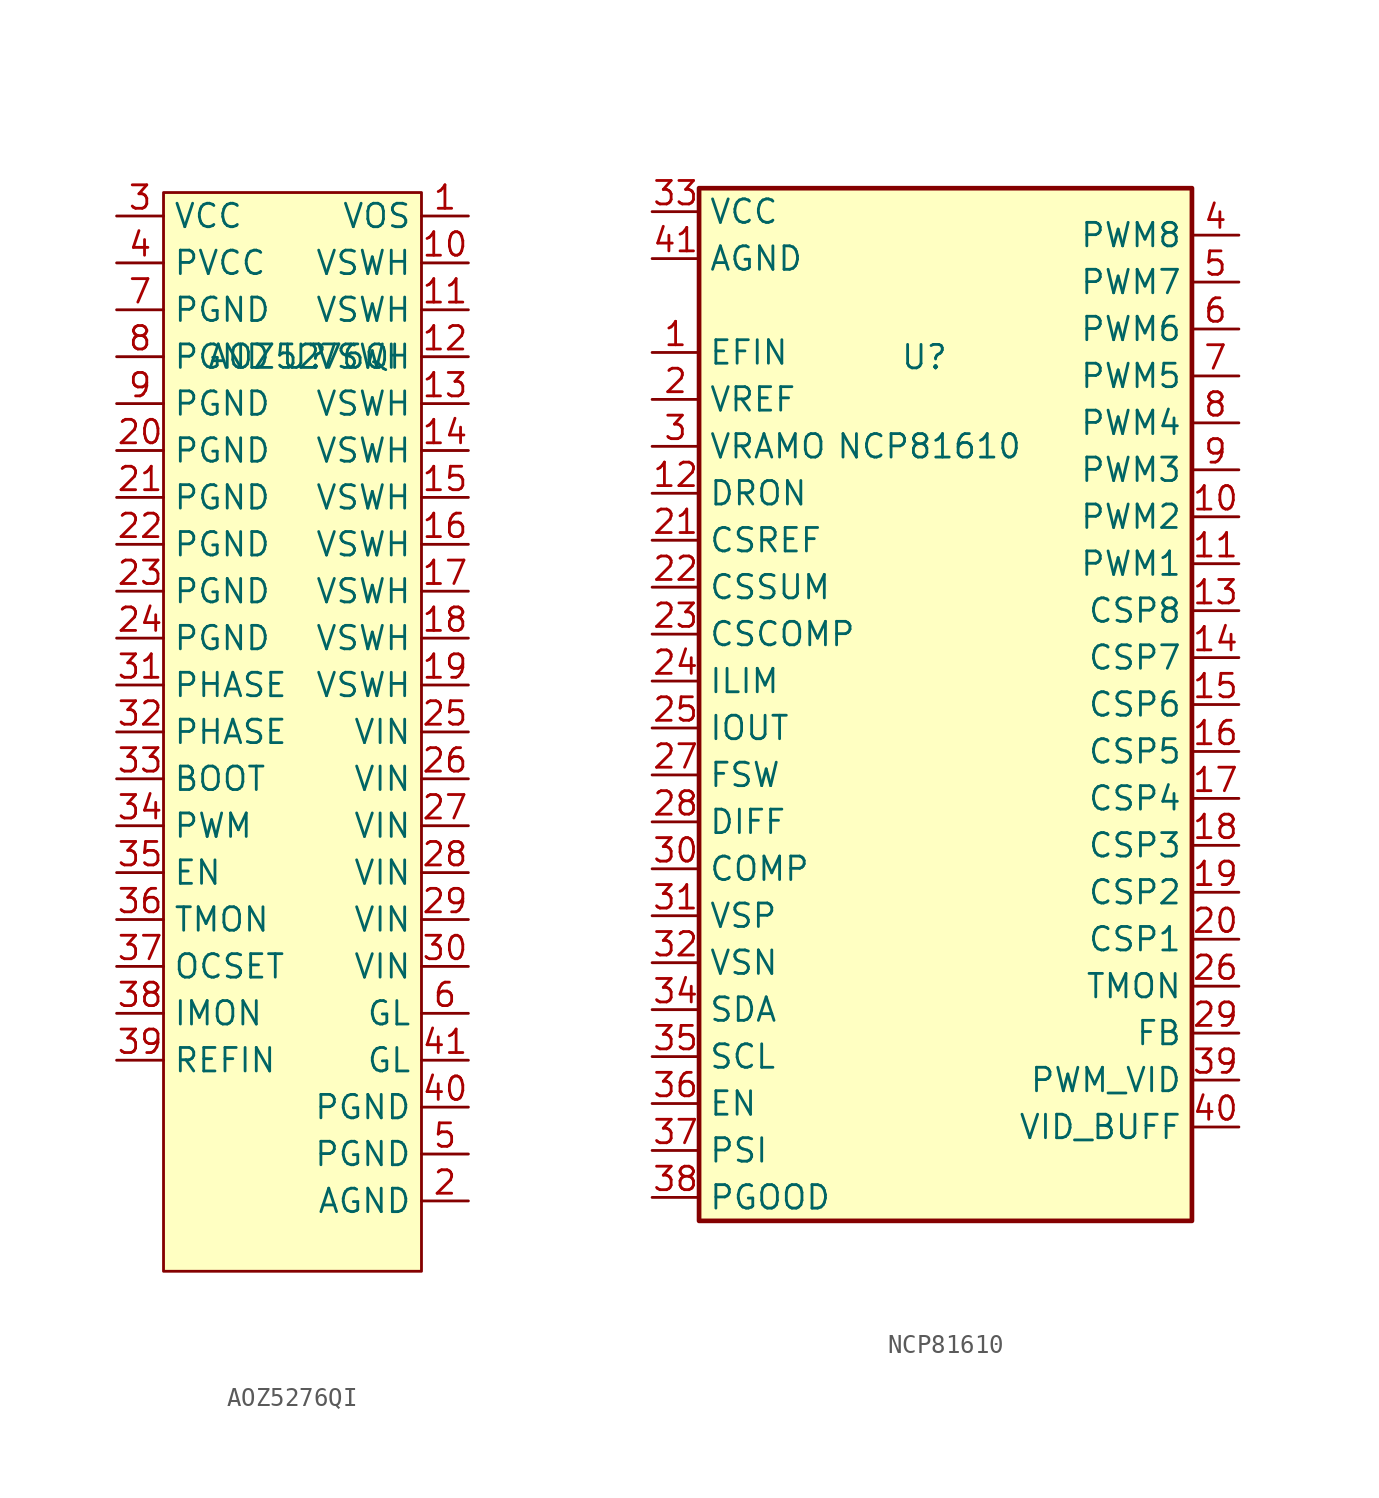
<source format=kicad_sym>
(kicad_symbol_lib
  (version 20231120)
  (generator "kicad_symbol_editor")
  (generator_version "8.0")
  (symbol "AOZ5276QI"
    (property "Reference" "U"
      (at 1.27 12.7 0)
      (effects (font (size 1.27 1.27))))
    (property "Value" "AOZ5276QI"
      (at 1.27 12.7 0)
      (effects (font (size 1.27 1.27))))
    (symbol "AOZ5276QI_1_1"
      (rectangle (start -6.35 21.59) (end 7.62 -36.83) (stroke (width 0) (type default)) (fill (type background)))
      (pin input line (at 10.16 20.32 180) (length 2.54) (name "VOS" (effects (font (size 1.27 1.27)))) (number "1" (effects (font (size 1.27 1.27)))))
      (pin output line (at 10.16 17.78 180) (length 2.54) (name "VSWH" (effects (font (size 1.27 1.27)))) (number "10" (effects (font (size 1.27 1.27)))))
      (pin output line (at 10.16 15.24 180) (length 2.54) (name "VSWH" (effects (font (size 1.27 1.27)))) (number "11" (effects (font (size 1.27 1.27)))))
      (pin output line (at 10.16 12.7 180) (length 2.54) (name "VSWH" (effects (font (size 1.27 1.27)))) (number "12" (effects (font (size 1.27 1.27)))))
      (pin output line (at 10.16 10.16 180) (length 2.54) (name "VSWH" (effects (font (size 1.27 1.27)))) (number "13" (effects (font (size 1.27 1.27)))))
      (pin output line (at 10.16 7.62 180) (length 2.54) (name "VSWH" (effects (font (size 1.27 1.27)))) (number "14" (effects (font (size 1.27 1.27)))))
      (pin output line (at 10.16 5.08 180) (length 2.54) (name "VSWH" (effects (font (size 1.27 1.27)))) (number "15" (effects (font (size 1.27 1.27)))))
      (pin output line (at 10.16 2.54 180) (length 2.54) (name "VSWH" (effects (font (size 1.27 1.27)))) (number "16" (effects (font (size 1.27 1.27)))))
      (pin output line (at 10.16 0 180) (length 2.54) (name "VSWH" (effects (font (size 1.27 1.27)))) (number "17" (effects (font (size 1.27 1.27)))))
      (pin output line (at 10.16 -2.54 180) (length 2.54) (name "VSWH" (effects (font (size 1.27 1.27)))) (number "18" (effects (font (size 1.27 1.27)))))
      (pin output line (at 10.16 -5.08 180) (length 2.54) (name "VSWH" (effects (font (size 1.27 1.27)))) (number "19" (effects (font (size 1.27 1.27)))))
      (pin input line (at 10.16 -33.02 180) (length 2.54) (name "AGND" (effects (font (size 1.27 1.27)))) (number "2" (effects (font (size 1.27 1.27)))))
      (pin input line (at -8.89 7.62 0) (length 2.54) (name "PGND" (effects (font (size 1.27 1.27)))) (number "20" (effects (font (size 1.27 1.27)))))
      (pin input line (at -8.89 5.08 0) (length 2.54) (name "PGND" (effects (font (size 1.27 1.27)))) (number "21" (effects (font (size 1.27 1.27)))))
      (pin input line (at -8.89 2.54 0) (length 2.54) (name "PGND" (effects (font (size 1.27 1.27)))) (number "22" (effects (font (size 1.27 1.27)))))
      (pin input line (at -8.89 0 0) (length 2.54) (name "PGND" (effects (font (size 1.27 1.27)))) (number "23" (effects (font (size 1.27 1.27)))))
      (pin input line (at -8.89 -2.54 0) (length 2.54) (name "PGND" (effects (font (size 1.27 1.27)))) (number "24" (effects (font (size 1.27 1.27)))))
      (pin input line (at 10.16 -7.62 180) (length 2.54) (name "VIN" (effects (font (size 1.27 1.27)))) (number "25" (effects (font (size 1.27 1.27)))))
      (pin input line (at 10.16 -10.16 180) (length 2.54) (name "VIN" (effects (font (size 1.27 1.27)))) (number "26" (effects (font (size 1.27 1.27)))))
      (pin input line (at 10.16 -12.7 180) (length 2.54) (name "VIN" (effects (font (size 1.27 1.27)))) (number "27" (effects (font (size 1.27 1.27)))))
      (pin input line (at 10.16 -15.24 180) (length 2.54) (name "VIN" (effects (font (size 1.27 1.27)))) (number "28" (effects (font (size 1.27 1.27)))))
      (pin input line (at 10.16 -17.78 180) (length 2.54) (name "VIN" (effects (font (size 1.27 1.27)))) (number "29" (effects (font (size 1.27 1.27)))))
      (pin input line (at -8.89 20.32 0) (length 2.54) (name "VCC" (effects (font (size 1.27 1.27)))) (number "3" (effects (font (size 1.27 1.27)))))
      (pin input line (at 10.16 -20.32 180) (length 2.54) (name "VIN" (effects (font (size 1.27 1.27)))) (number "30" (effects (font (size 1.27 1.27)))))
      (pin input line (at -8.89 -5.08 0) (length 2.54) (name "PHASE" (effects (font (size 1.27 1.27)))) (number "31" (effects (font (size 1.27 1.27)))))
      (pin input line (at -8.89 -7.62 0) (length 2.54) (name "PHASE" (effects (font (size 1.27 1.27)))) (number "32" (effects (font (size 1.27 1.27)))))
      (pin input line (at -8.89 -10.16 0) (length 2.54) (name "BOOT" (effects (font (size 1.27 1.27)))) (number "33" (effects (font (size 1.27 1.27)))))
      (pin input line (at -8.89 -12.7 0) (length 2.54) (name "PWM" (effects (font (size 1.27 1.27)))) (number "34" (effects (font (size 1.27 1.27)))))
      (pin output line (at -8.89 -15.24 0) (length 2.54) (name "EN" (effects (font (size 1.27 1.27)))) (number "35" (effects (font (size 1.27 1.27)))))
      (pin input line (at -8.89 -17.78 0) (length 2.54) (name "TMON" (effects (font (size 1.27 1.27)))) (number "36" (effects (font (size 1.27 1.27)))))
      (pin input line (at -8.89 -20.32 0) (length 2.54) (name "OCSET" (effects (font (size 1.27 1.27)))) (number "37" (effects (font (size 1.27 1.27)))))
      (pin output line (at -8.89 -22.86 0) (length 2.54) (name "IMON" (effects (font (size 1.27 1.27)))) (number "38" (effects (font (size 1.27 1.27)))))
      (pin input line (at -8.89 -25.4 0) (length 2.54) (name "REFIN" (effects (font (size 1.27 1.27)))) (number "39" (effects (font (size 1.27 1.27)))))
      (pin input line (at -8.89 17.78 0) (length 2.54) (name "PVCC" (effects (font (size 1.27 1.27)))) (number "4" (effects (font (size 1.27 1.27)))))
      (pin input line (at 10.16 -27.94 180) (length 2.54) (name "PGND" (effects (font (size 1.27 1.27)))) (number "40" (effects (font (size 1.27 1.27)))))
      (pin input line (at 10.16 -25.4 180) (length 2.54) (name "GL" (effects (font (size 1.27 1.27)))) (number "41" (effects (font (size 1.27 1.27)))))
      (pin input line (at 10.16 -30.48 180) (length 2.54) (name "PGND" (effects (font (size 1.27 1.27)))) (number "5" (effects (font (size 1.27 1.27)))))
      (pin input line (at 10.16 -22.86 180) (length 2.54) (name "GL" (effects (font (size 1.27 1.27)))) (number "6" (effects (font (size 1.27 1.27)))))
      (pin input line (at -8.89 15.24 0) (length 2.54) (name "PGND" (effects (font (size 1.27 1.27)))) (number "7" (effects (font (size 1.27 1.27)))))
      (pin input line (at -8.89 12.7 0) (length 2.54) (name "PGND" (effects (font (size 1.27 1.27)))) (number "8" (effects (font (size 1.27 1.27)))))
      (pin input line (at -8.89 10.16 0) (length 2.54) (name "PGND" (effects (font (size 1.27 1.27)))) (number "9" (effects (font (size 1.27 1.27)))))))
  (symbol "NCP81610"
    (property "Reference" "U"
      (at -3.048 11.176 0)
      (effects (font (size 1.27 1.27))))
    (property "Value" "NCP81610"
      (at -2.794 6.35 0)
      (effects (font (size 1.27 1.27))))
    (symbol "NCP81610_1_1"
      (rectangle (start -15.24 20.32) (end 11.43 -35.56) (stroke (width 0.254) (type default)) (fill (type background)))
      (pin input line (at -17.78 11.43 0) (length 2.54) (name "EFIN" (effects (font (size 1.27 1.27)))) (number "1" (effects (font (size 1.27 1.27)))))
      (pin bidirectional line (at 13.97 2.54 180) (length 2.54) (name "PWM2" (effects (font (size 1.27 1.27)))) (number "10" (effects (font (size 1.27 1.27)))))
      (pin bidirectional line (at 13.97 0 180) (length 2.54) (name "PWM1" (effects (font (size 1.27 1.27)))) (number "11" (effects (font (size 1.27 1.27)))))
      (pin bidirectional line (at -17.78 3.81 0) (length 2.54) (name "DRON" (effects (font (size 1.27 1.27)))) (number "12" (effects (font (size 1.27 1.27)))))
      (pin input line (at 13.97 -2.54 180) (length 2.54) (name "CSP8" (effects (font (size 1.27 1.27)))) (number "13" (effects (font (size 1.27 1.27)))))
      (pin input line (at 13.97 -5.08 180) (length 2.54) (name "CSP7" (effects (font (size 1.27 1.27)))) (number "14" (effects (font (size 1.27 1.27)))))
      (pin input line (at 13.97 -7.62 180) (length 2.54) (name "CSP6" (effects (font (size 1.27 1.27)))) (number "15" (effects (font (size 1.27 1.27)))))
      (pin input line (at 13.97 -10.16 180) (length 2.54) (name "CSP5" (effects (font (size 1.27 1.27)))) (number "16" (effects (font (size 1.27 1.27)))))
      (pin input line (at 13.97 -12.7 180) (length 2.54) (name "CSP4" (effects (font (size 1.27 1.27)))) (number "17" (effects (font (size 1.27 1.27)))))
      (pin input line (at 13.97 -15.24 180) (length 2.54) (name "CSP3" (effects (font (size 1.27 1.27)))) (number "18" (effects (font (size 1.27 1.27)))))
      (pin input line (at 13.97 -17.78 180) (length 2.54) (name "CSP2" (effects (font (size 1.27 1.27)))) (number "19" (effects (font (size 1.27 1.27)))))
      (pin output line (at -17.78 8.89 0) (length 2.54) (name "VREF" (effects (font (size 1.27 1.27)))) (number "2" (effects (font (size 1.27 1.27)))))
      (pin input line (at 13.97 -20.32 180) (length 2.54) (name "CSP1" (effects (font (size 1.27 1.27)))) (number "20" (effects (font (size 1.27 1.27)))))
      (pin input line (at -17.78 1.27 0) (length 2.54) (name "CSREF" (effects (font (size 1.27 1.27)))) (number "21" (effects (font (size 1.27 1.27)))))
      (pin input line (at -17.78 -1.27 0) (length 2.54) (name "CSSUM" (effects (font (size 1.27 1.27)))) (number "22" (effects (font (size 1.27 1.27)))))
      (pin output line (at -17.78 -3.81 0) (length 2.54) (name "CSCOMP" (effects (font (size 1.27 1.27)))) (number "23" (effects (font (size 1.27 1.27)))))
      (pin bidirectional line (at -17.78 -6.35 0) (length 2.54) (name "ILIM" (effects (font (size 1.27 1.27)))) (number "24" (effects (font (size 1.27 1.27)))))
      (pin output line (at -17.78 -8.89 0) (length 2.54) (name "IOUT" (effects (font (size 1.27 1.27)))) (number "25" (effects (font (size 1.27 1.27)))))
      (pin input line (at 13.97 -22.86 180) (length 2.54) (name "TMON" (effects (font (size 1.27 1.27)))) (number "26" (effects (font (size 1.27 1.27)))))
      (pin input line (at -17.78 -11.43 0) (length 2.54) (name "FSW" (effects (font (size 1.27 1.27)))) (number "27" (effects (font (size 1.27 1.27)))))
      (pin output line (at -17.78 -13.97 0) (length 2.54) (name "DIFF" (effects (font (size 1.27 1.27)))) (number "28" (effects (font (size 1.27 1.27)))))
      (pin input line (at 13.97 -25.4 180) (length 2.54) (name "FB" (effects (font (size 1.27 1.27)))) (number "29" (effects (font (size 1.27 1.27)))))
      (pin input line (at -17.78 6.35 0) (length 2.54) (name "VRAMO" (effects (font (size 1.27 1.27)))) (number "3" (effects (font (size 1.27 1.27)))))
      (pin output line (at -17.78 -16.51 0) (length 2.54) (name "COMP" (effects (font (size 1.27 1.27)))) (number "30" (effects (font (size 1.27 1.27)))))
      (pin input line (at -17.78 -19.05 0) (length 2.54) (name "VSP" (effects (font (size 1.27 1.27)))) (number "31" (effects (font (size 1.27 1.27)))))
      (pin input line (at -17.78 -21.59 0) (length 2.54) (name "VSN" (effects (font (size 1.27 1.27)))) (number "32" (effects (font (size 1.27 1.27)))))
      (pin input line (at -17.78 19.05 0) (length 2.54) (name "VCC" (effects (font (size 1.27 1.27)))) (number "33" (effects (font (size 1.27 1.27)))))
      (pin bidirectional line (at -17.78 -24.13 0) (length 2.54) (name "SDA" (effects (font (size 1.27 1.27)))) (number "34" (effects (font (size 1.27 1.27)))))
      (pin input line (at -17.78 -26.67 0) (length 2.54) (name "SCL" (effects (font (size 1.27 1.27)))) (number "35" (effects (font (size 1.27 1.27)))))
      (pin input line (at -17.78 -29.21 0) (length 2.54) (name "EN" (effects (font (size 1.27 1.27)))) (number "36" (effects (font (size 1.27 1.27)))))
      (pin input line (at -17.78 -31.75 0) (length 2.54) (name "PSI" (effects (font (size 1.27 1.27)))) (number "37" (effects (font (size 1.27 1.27)))))
      (pin output line (at -17.78 -34.29 0) (length 2.54) (name "PGOOD" (effects (font (size 1.27 1.27)))) (number "38" (effects (font (size 1.27 1.27)))))
      (pin input line (at 13.97 -27.94 180) (length 2.54) (name "PWM_VID" (effects (font (size 1.27 1.27)))) (number "39" (effects (font (size 1.27 1.27)))))
      (pin bidirectional line (at 13.97 17.78 180) (length 2.54) (name "PWM8" (effects (font (size 1.27 1.27)))) (number "4" (effects (font (size 1.27 1.27)))))
      (pin output line (at 13.97 -30.48 180) (length 2.54) (name "VID_BUFF" (effects (font (size 1.27 1.27)))) (number "40" (effects (font (size 1.27 1.27)))))
      (pin input line (at -17.78 16.51 0) (length 2.54) (name "AGND" (effects (font (size 1.27 1.27)))) (number "41" (effects (font (size 1.27 1.27)))))
      (pin bidirectional line (at 13.97 15.24 180) (length 2.54) (name "PWM7" (effects (font (size 1.27 1.27)))) (number "5" (effects (font (size 1.27 1.27)))))
      (pin bidirectional line (at 13.97 12.7 180) (length 2.54) (name "PWM6" (effects (font (size 1.27 1.27)))) (number "6" (effects (font (size 1.27 1.27)))))
      (pin bidirectional line (at 13.97 10.16 180) (length 2.54) (name "PWM5" (effects (font (size 1.27 1.27)))) (number "7" (effects (font (size 1.27 1.27)))))
      (pin bidirectional line (at 13.97 7.62 180) (length 2.54) (name "PWM4" (effects (font (size 1.27 1.27)))) (number "8" (effects (font (size 1.27 1.27)))))
      (pin bidirectional line (at 13.97 5.08 180) (length 2.54) (name "PWM3" (effects (font (size 1.27 1.27)))) (number "9" (effects (font (size 1.27 1.27))))))))
</source>
